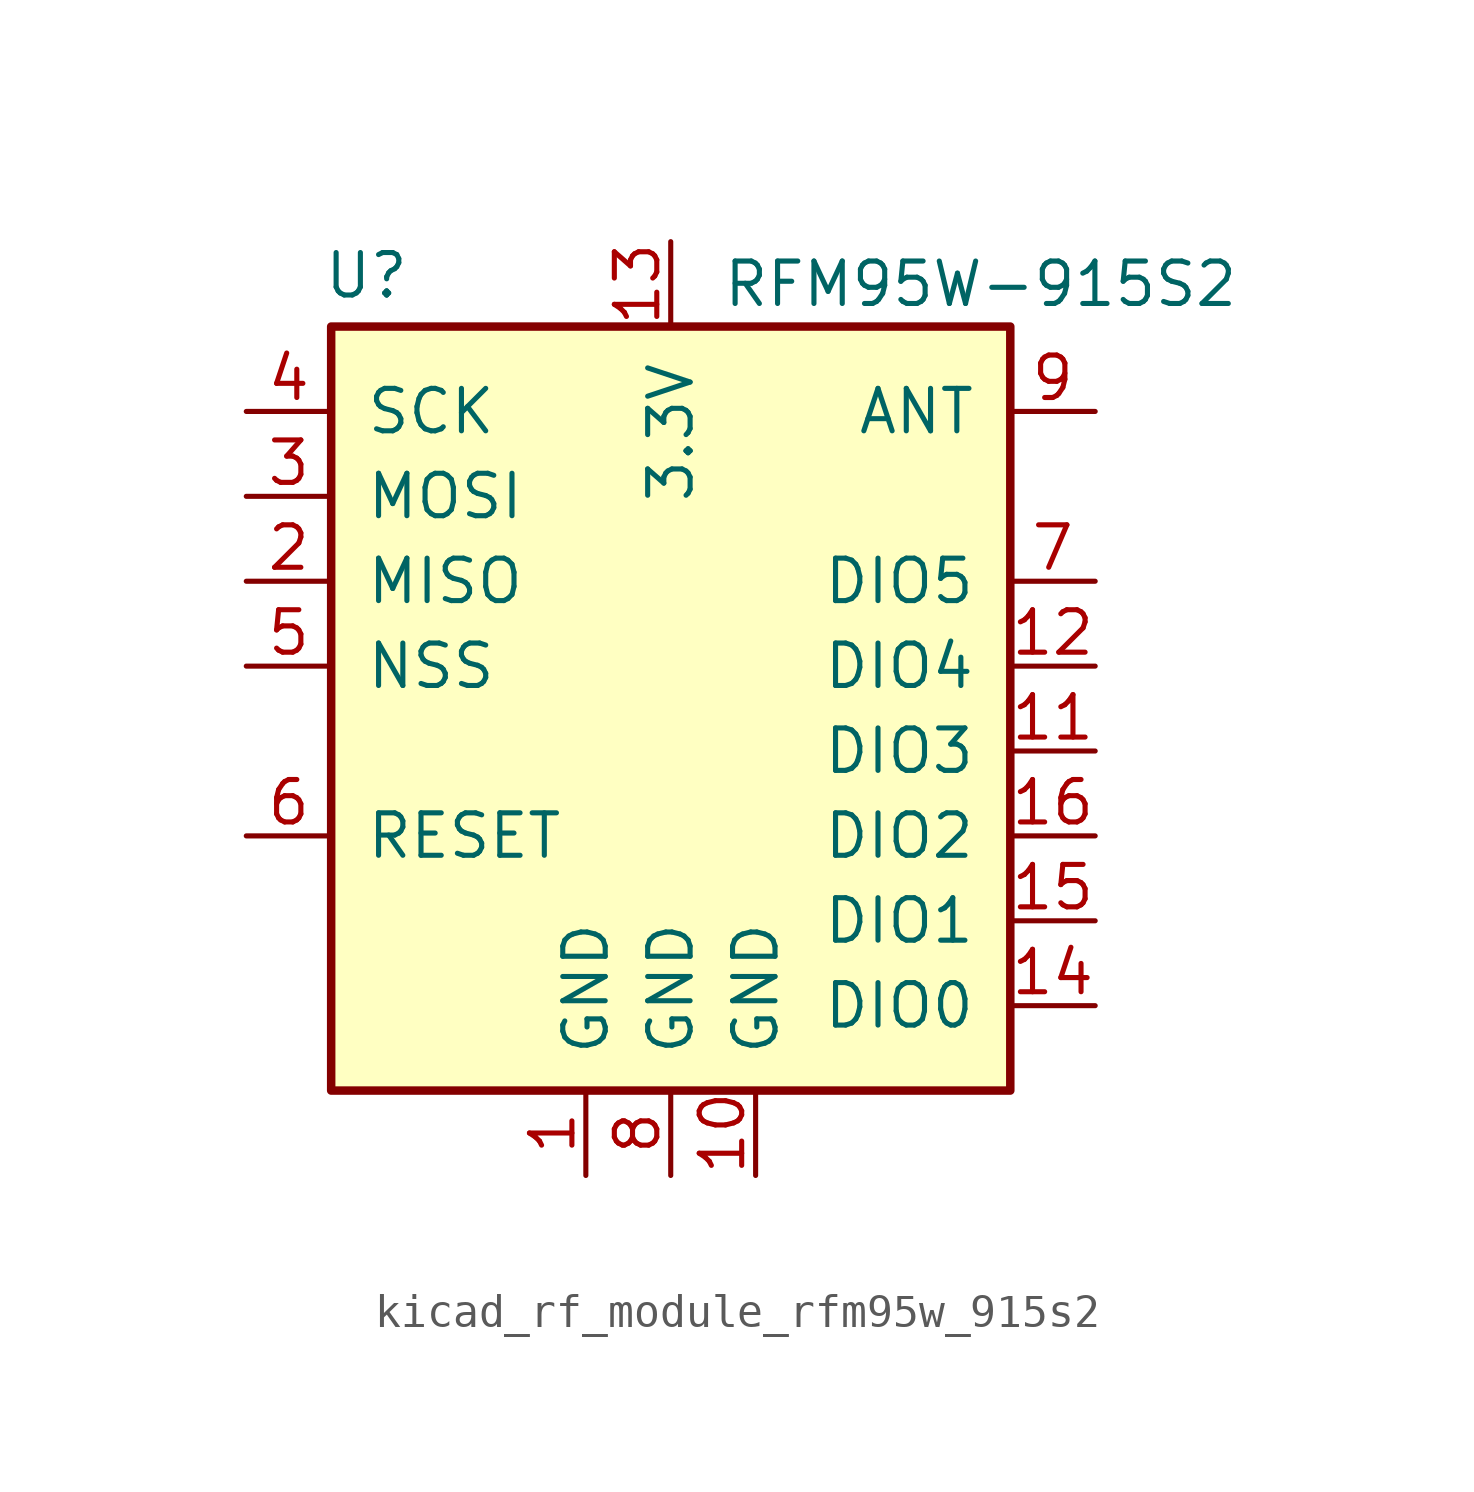
<source format=kicad_sym>
(kicad_symbol_lib
  (version 20220914)
  (generator kicad_symbol_editor)
  (symbol "kicad_rf_module_rfm95w_915s2"
    (pin_names
      (offset 1.016))
    (property "Reference" "U"
      (at -10.414 11.684 0)
      (effects (font (size 1.27 1.27)) (justify left)))
    (property "Value" "RFM95W-915S2"
      (at 1.524 11.43 0)
      (effects (font (size 1.27 1.27)) (justify left)))
    (symbol "kicad_rf_module_rfm95w_915s2_0_1"
      (rectangle (start -10.16 10.16) (end 10.16 -12.7) (stroke (width 0.254) (type default)) (fill (type background))))
    (symbol "kicad_rf_module_rfm95w_915s2_1_1"
      (pin power_in line (at -2.54 -15.24 90) (length 2.54) (name "GND" (effects (font (size 1.27 1.27)))) (number "1" (effects (font (size 1.27 1.27)))))
      (pin power_in line (at 2.54 -15.24 90) (length 2.54) (name "GND" (effects (font (size 1.27 1.27)))) (number "10" (effects (font (size 1.27 1.27)))))
      (pin bidirectional line (at 12.7 -2.54 180) (length 2.54) (name "DIO3" (effects (font (size 1.27 1.27)))) (number "11" (effects (font (size 1.27 1.27)))))
      (pin bidirectional line (at 12.7 0 180) (length 2.54) (name "DIO4" (effects (font (size 1.27 1.27)))) (number "12" (effects (font (size 1.27 1.27)))))
      (pin power_in line (at 0 12.7 270) (length 2.54) (name "3.3V" (effects (font (size 1.27 1.27)))) (number "13" (effects (font (size 1.27 1.27)))))
      (pin bidirectional line (at 12.7 -10.16 180) (length 2.54) (name "DIO0" (effects (font (size 1.27 1.27)))) (number "14" (effects (font (size 1.27 1.27)))))
      (pin bidirectional line (at 12.7 -7.62 180) (length 2.54) (name "DIO1" (effects (font (size 1.27 1.27)))) (number "15" (effects (font (size 1.27 1.27)))))
      (pin bidirectional line (at 12.7 -5.08 180) (length 2.54) (name "DIO2" (effects (font (size 1.27 1.27)))) (number "16" (effects (font (size 1.27 1.27)))))
      (pin output line (at -12.7 2.54 0) (length 2.54) (name "MISO" (effects (font (size 1.27 1.27)))) (number "2" (effects (font (size 1.27 1.27)))))
      (pin input line (at -12.7 5.08 0) (length 2.54) (name "MOSI" (effects (font (size 1.27 1.27)))) (number "3" (effects (font (size 1.27 1.27)))))
      (pin input line (at -12.7 7.62 0) (length 2.54) (name "SCK" (effects (font (size 1.27 1.27)))) (number "4" (effects (font (size 1.27 1.27)))))
      (pin input line (at -12.7 0 0) (length 2.54) (name "NSS" (effects (font (size 1.27 1.27)))) (number "5" (effects (font (size 1.27 1.27)))))
      (pin bidirectional line (at -12.7 -5.08 0) (length 2.54) (name "RESET" (effects (font (size 1.27 1.27)))) (number "6" (effects (font (size 1.27 1.27)))))
      (pin bidirectional line (at 12.7 2.54 180) (length 2.54) (name "DIO5" (effects (font (size 1.27 1.27)))) (number "7" (effects (font (size 1.27 1.27)))))
      (pin power_in line (at 0 -15.24 90) (length 2.54) (name "GND" (effects (font (size 1.27 1.27)))) (number "8" (effects (font (size 1.27 1.27)))))
      (pin bidirectional line (at 12.7 7.62 180) (length 2.54) (name "ANT" (effects (font (size 1.27 1.27)))) (number "9" (effects (font (size 1.27 1.27))))))))
</source>
